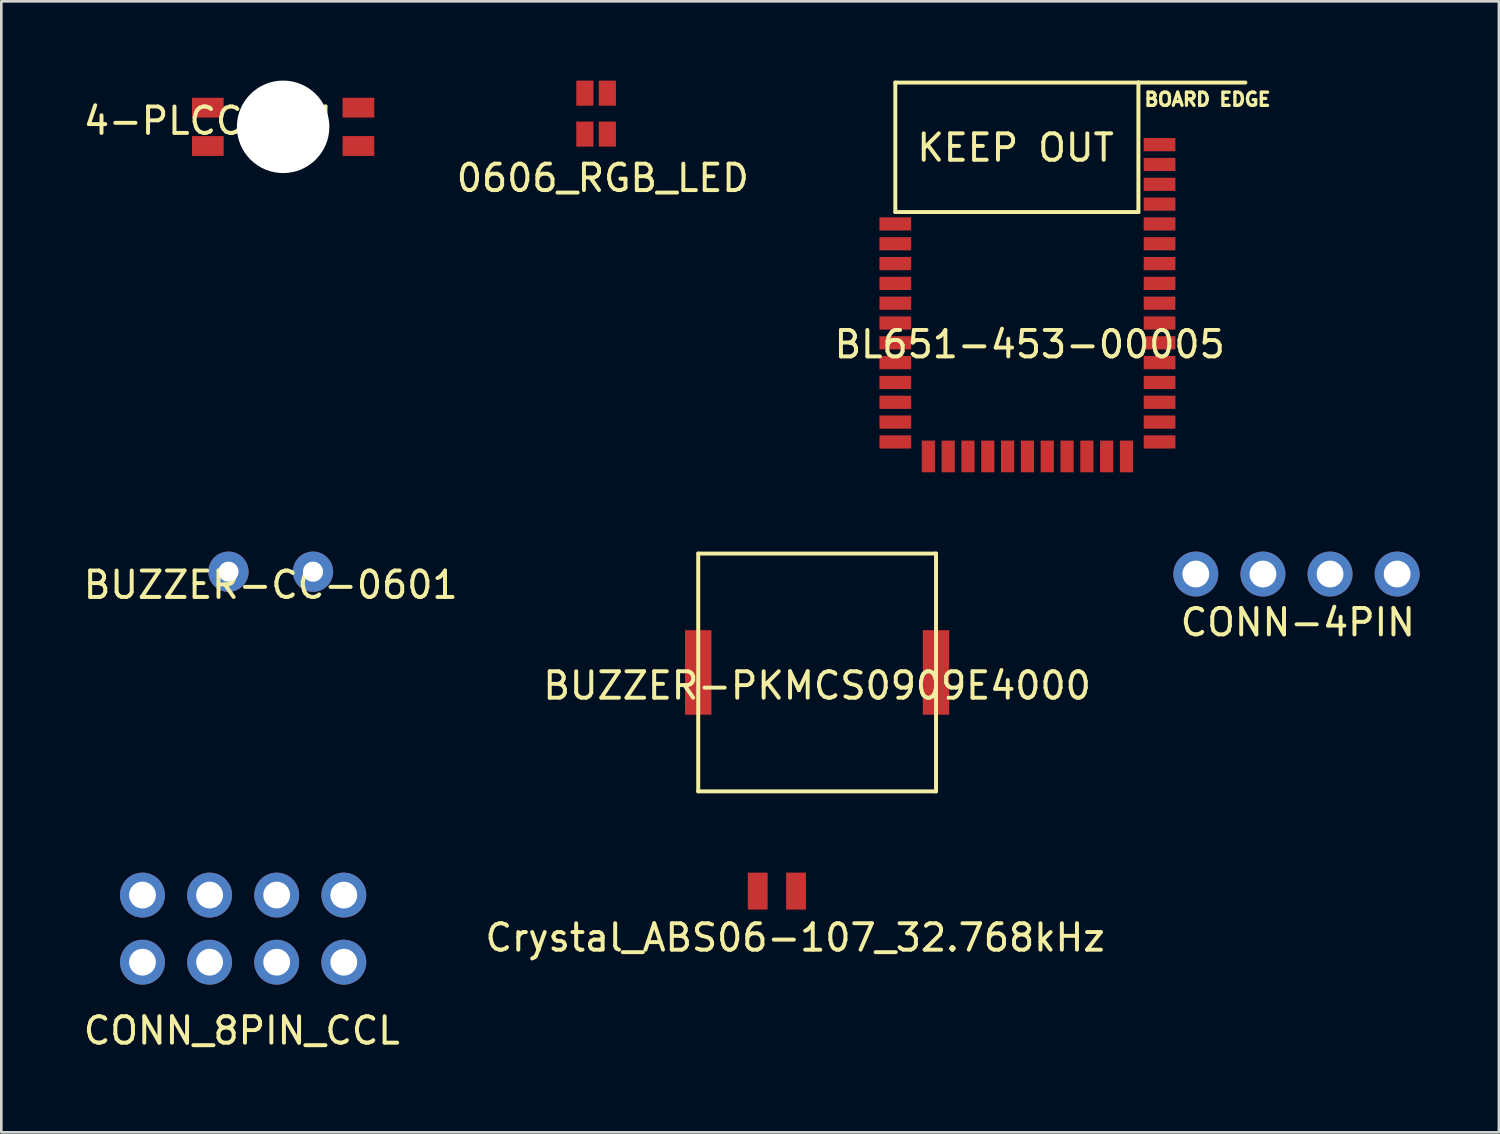
<source format=kicad_pcb>
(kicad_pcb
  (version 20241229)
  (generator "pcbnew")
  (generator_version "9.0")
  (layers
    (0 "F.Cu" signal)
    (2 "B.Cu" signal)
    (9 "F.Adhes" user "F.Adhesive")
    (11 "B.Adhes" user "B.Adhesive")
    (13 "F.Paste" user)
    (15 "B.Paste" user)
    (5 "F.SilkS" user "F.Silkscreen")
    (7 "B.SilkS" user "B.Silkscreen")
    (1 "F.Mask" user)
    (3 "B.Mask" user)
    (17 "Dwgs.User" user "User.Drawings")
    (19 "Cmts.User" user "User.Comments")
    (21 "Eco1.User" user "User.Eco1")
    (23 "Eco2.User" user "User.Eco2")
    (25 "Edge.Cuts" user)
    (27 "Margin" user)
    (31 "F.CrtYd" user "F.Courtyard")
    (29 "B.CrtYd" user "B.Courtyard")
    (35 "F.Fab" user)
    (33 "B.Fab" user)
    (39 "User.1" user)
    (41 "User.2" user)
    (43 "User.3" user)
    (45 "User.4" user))
  (footprint "0606_RGB_LED"
    (layer "F.Cu")
    (at 19.51 1.25)
    (property "Reference" "0606_RGB_LED" (at 0.254 2.438 0) (layer "F.SilkS") (effects (font (size 1 1) (thickness 0.15))))
    (attr through_hole)
    (pad "1" smd rect (at -0.425 -0.775) (size 0.65 0.95) (layers "F.Cu" "F.Mask" "F.Paste"))
    (pad "2" smd rect (at 0.425 -0.775) (size 0.65 0.95) (layers "F.Cu" "F.Mask" "F.Paste"))
    (pad "3" smd rect (at 0.425 0.775) (size 0.65 0.95) (layers "F.Cu" "F.Mask" "F.Paste"))
    (pad "4" smd rect (at -0.425 0.775) (size 0.65 0.95) (layers "F.Cu" "F.Mask" "F.Paste")))
  (footprint "BUZZER-PKMCS0909E4000"
    (layer "F.Cu")
    (at 27.875 22.4)
    (property "Reference" "BUZZER-PKMCS0909E4000" (at 0 0.5 0) (layer "F.SilkS") (effects (font (size 1 1) (thickness 0.15))))
    (attr through_hole)
    (fp_line (start -4.5 -4.5) (end -4.5 4.5) (stroke (width 0.15) (type solid)) (layer "F.SilkS"))
    (fp_line (start -4.5 4.5) (end 4.5 4.5) (stroke (width 0.15) (type solid)) (layer "F.SilkS"))
    (fp_line (start 4.5 -4.5) (end -4.5 -4.5) (stroke (width 0.15) (type solid)) (layer "F.SilkS"))
    (fp_line (start 4.5 4.5) (end 4.5 -4.5) (stroke (width 0.15) (type solid)) (layer "F.SilkS"))
    (pad "1" smd rect (at -4.5 0) (size 1 3.2) (layers "F.Cu" "F.Mask" "F.Paste"))
    (pad "2" smd rect (at 4.5 0) (size 1 3.2) (layers "F.Cu" "F.Mask" "F.Paste")))
  (footprint "Crystal_ABS06-107_32.768kHz"
    (layer "F.Cu")
    (at 26.352 30.675)
    (property "Reference" "Crystal_ABS06-107_32.768kHz" (at 0.69 1.761 0) (layer "F.SilkS") (effects (font (size 1 1) (thickness 0.15))))
    (attr through_hole)
    (pad "1" smd rect (at -0.725 0) (size 0.75 1.4) (layers "F.Cu" "F.Mask" "F.Paste"))
    (pad "2" smd rect (at 0.725 0) (size 0.75 1.4) (layers "F.Cu" "F.Mask" "F.Paste")))
  (footprint "CONN-4PIN"
    (layer "F.Cu")
    (at 46.017 18.675)
    (property "Reference" "CONN-4PIN" (at 0.051 1.829 0) (layer "F.SilkS") (effects (font (size 1 1) (thickness 0.15))))
    (attr through_hole)
    (pad "1" thru_hole circle (at -3.81 0) (size 1.7 1.7) (drill 1.016) (layers "*.Cu" "*.Mask"))
    (pad "2" thru_hole circle (at -1.27 0) (size 1.7 1.7) (drill 1.016) (layers "*.Cu" "*.Mask"))
    (pad "3" thru_hole circle (at 1.27 0) (size 1.7 1.7) (drill 1.016) (layers "*.Cu" "*.Mask"))
    (pad "4" thru_hole circle (at 3.81 0) (size 1.7 1.7) (drill 1.016) (layers "*.Cu" "*.Mask")))
  (footprint "BUZZER-CC-0601"
    (layer "F.Cu")
    (at 7.196 18.587)
    (property "Reference" "BUZZER-CC-0601" (at 0 0.5 0) (layer "F.SilkS") (effects (font (size 1 1) (thickness 0.15))))
    (attr through_hole)
    (pad "1" thru_hole circle (at -1.6 0) (size 1.524 1.524) (drill 0.762) (layers "*.Cu" "*.Mask"))
    (pad "2" thru_hole circle (at 1.6 0) (size 1.524 1.524) (drill 0.762) (layers "*.Cu" "*.Mask")))
  (footprint "BL651-453-00005"
    (layer "F.Cu")
    (at 32.084 14.225)
    (property "Reference" "BL651-453-00005" (at 3.835 -4.242 0) (layer "F.SilkS") (effects (font (size 1 1) (thickness 0.15))))
    (attr through_hole)
    (fp_line (start -1.25 -14.15) (end 7.95 -14.15) (stroke (width 0.15) (type solid)) (layer "F.SilkS"))
    (fp_line (start -1.25 -9.25) (end -1.25 -14.15) (stroke (width 0.15) (type solid)) (layer "F.SilkS"))
    (fp_line (start -1.25 -9.25) (end 7.95 -9.25) (stroke (width 0.15) (type solid)) (layer "F.SilkS"))
    (fp_line (start 7.95 -14.15) (end 7.95 -9.25) (stroke (width 0.15) (type solid)) (layer "F.SilkS"))
    (fp_line (start 7.95 -14.15) (end 12 -14.15) (stroke (width 0.15) (type solid)) (layer "F.SilkS"))
    (fp_text user "BOARD EDGE" (at 10.566 -13.513 0) (layer "F.SilkS") (effects (font (size 0.5 0.5) (thickness 0.125))))
    (fp_text user "KEEP OUT" (at 3.302 -11.684 0) (layer "F.SilkS") (effects (font (size 1 1) (thickness 0.15))))
    (pad "1" smd rect (at 8.75 -11.8) (size 1.2 0.5) (layers "F.Cu" "F.Mask" "F.Paste"))
    (pad "2" smd rect (at 8.75 -11.05) (size 1.2 0.5) (layers "F.Cu" "F.Mask" "F.Paste"))
    (pad "3" smd rect (at 8.75 -10.3) (size 1.2 0.5) (layers "F.Cu" "F.Mask" "F.Paste"))
    (pad "4" smd rect (at 8.75 -9.55) (size 1.2 0.5) (layers "F.Cu" "F.Mask" "F.Paste"))
    (pad "5" smd rect (at 8.75 -8.8) (size 1.2 0.5) (layers "F.Cu" "F.Mask" "F.Paste"))
    (pad "6" smd rect (at 8.75 -8.05) (size 1.2 0.5) (layers "F.Cu" "F.Mask" "F.Paste"))
    (pad "7" smd rect (at 8.75 -7.3) (size 1.2 0.5) (layers "F.Cu" "F.Mask" "F.Paste"))
    (pad "8" smd rect (at 8.75 -6.55) (size 1.2 0.5) (layers "F.Cu" "F.Mask" "F.Paste"))
    (pad "9" smd rect (at 8.75 -5.8) (size 1.2 0.5) (layers "F.Cu" "F.Mask" "F.Paste"))
    (pad "10" smd rect (at 8.75 -5.05) (size 1.2 0.5) (layers "F.Cu" "F.Mask" "F.Paste"))
    (pad "11" smd rect (at 8.75 -4.3) (size 1.2 0.5) (layers "F.Cu" "F.Mask" "F.Paste"))
    (pad "12" smd rect (at 8.75 -3.55) (size 1.2 0.5) (layers "F.Cu" "F.Mask" "F.Paste"))
    (pad "13" smd rect (at 8.75 -2.8) (size 1.2 0.5) (layers "F.Cu" "F.Mask" "F.Paste"))
    (pad "14" smd rect (at 8.75 -2.05) (size 1.2 0.5) (layers "F.Cu" "F.Mask" "F.Paste"))
    (pad "15" smd rect (at 8.75 -1.3) (size 1.2 0.5) (layers "F.Cu" "F.Mask" "F.Paste"))
    (pad "16" smd rect (at 8.75 -0.55) (size 1.2 0.5) (layers "F.Cu" "F.Mask" "F.Paste"))
    (pad "17" smd rect (at 7.5 0) (size 0.5 1.2) (layers "F.Cu" "F.Mask" "F.Paste"))
    (pad "18" smd rect (at 6.75 0) (size 0.5 1.2) (layers "F.Cu" "F.Mask" "F.Paste"))
    (pad "19" smd rect (at 6 0) (size 0.5 1.2) (layers "F.Cu" "F.Mask" "F.Paste"))
    (pad "20" smd rect (at 5.25 0) (size 0.5 1.2) (layers "F.Cu" "F.Mask" "F.Paste"))
    (pad "21" smd rect (at 4.5 0) (size 0.5 1.2) (layers "F.Cu" "F.Mask" "F.Paste"))
    (pad "22" smd rect (at 3.75 0) (size 0.5 1.2) (layers "F.Cu" "F.Mask" "F.Paste"))
    (pad "23" smd rect (at 3 0) (size 0.5 1.2) (layers "F.Cu" "F.Mask" "F.Paste"))
    (pad "24" smd rect (at 2.25 0) (size 0.5 1.2) (layers "F.Cu" "F.Mask" "F.Paste"))
    (pad "25" smd rect (at 1.5 0) (size 0.5 1.2) (layers "F.Cu" "F.Mask" "F.Paste"))
    (pad "26" smd rect (at 0.75 0) (size 0.5 1.2) (layers "F.Cu" "F.Mask" "F.Paste"))
    (pad "27" smd rect (at 0 0) (size 0.5 1.2) (layers "F.Cu" "F.Mask" "F.Paste"))
    (pad "28" smd rect (at -1.25 -0.55) (size 1.2 0.5) (layers "F.Cu" "F.Mask" "F.Paste"))
    (pad "29" smd rect (at -1.25 -1.3) (size 1.2 0.5) (layers "F.Cu" "F.Mask" "F.Paste"))
    (pad "30" smd rect (at -1.25 -2.05) (size 1.2 0.5) (layers "F.Cu" "F.Mask" "F.Paste"))
    (pad "31" smd rect (at -1.25 -2.8) (size 1.2 0.5) (layers "F.Cu" "F.Mask" "F.Paste"))
    (pad "32" smd rect (at -1.25 -3.55) (size 1.2 0.5) (layers "F.Cu" "F.Mask" "F.Paste"))
    (pad "33" smd rect (at -1.25 -4.3) (size 1.2 0.5) (layers "F.Cu" "F.Mask" "F.Paste"))
    (pad "34" smd rect (at -1.25 -5.05) (size 1.2 0.5) (layers "F.Cu" "F.Mask" "F.Paste"))
    (pad "35" smd rect (at -1.25 -5.8) (size 1.2 0.5) (layers "F.Cu" "F.Mask" "F.Paste"))
    (pad "36" smd rect (at -1.25 -6.55) (size 1.2 0.5) (layers "F.Cu" "F.Mask" "F.Paste"))
    (pad "37" smd rect (at -1.25 -7.3) (size 1.2 0.5) (layers "F.Cu" "F.Mask" "F.Paste"))
    (pad "38" smd rect (at -1.25 -8.05) (size 1.2 0.5) (layers "F.Cu" "F.Mask" "F.Paste"))
    (pad "39" smd rect (at -1.25 -8.8) (size 1.2 0.5) (layers "F.Cu" "F.Mask" "F.Paste")))
  (footprint "CONN_8PIN_CCL"
    (layer "F.Cu")
    (at 6.152 32.095)
    (property "Reference" "CONN_8PIN_CCL" (at -0.051 3.861 0) (layer "F.SilkS") (effects (font (size 1 1) (thickness 0.15))))
    (attr through_hole)
    (pad "1" thru_hole circle (at -3.81 1.27) (size 1.7 1.7) (drill 1.016) (layers "*.Cu" "*.Mask"))
    (pad "2" thru_hole circle (at -1.27 1.27) (size 1.7 1.7) (drill 1.016) (layers "*.Cu" "*.Mask"))
    (pad "3" thru_hole circle (at 1.27 1.27) (size 1.7 1.7) (drill 1.016) (layers "*.Cu" "*.Mask"))
    (pad "4" thru_hole circle (at 3.81 1.27) (size 1.7 1.7) (drill 1.016) (layers "*.Cu" "*.Mask"))
    (pad "5" thru_hole circle (at 3.81 -1.27) (size 1.7 1.7) (drill 1.016) (layers "*.Cu" "*.Mask"))
    (pad "6" thru_hole circle (at 1.27 -1.27) (size 1.7 1.7) (drill 1.016) (layers "*.Cu" "*.Mask"))
    (pad "7" thru_hole circle (at -1.27 -1.27) (size 1.7 1.7) (drill 1.016) (layers "*.Cu" "*.Mask"))
    (pad "8" thru_hole circle (at -3.81 -1.27) (size 1.7 1.7) (drill 1.016) (layers "*.Cu" "*.Mask")))
  (footprint "4-PLCC-BM"
    (layer "F.Cu")
    (at 7.665 1.75)
    (property "Reference" "4-PLCC-BM" (at -2.85 -0.225 0) (layer "F.SilkS") (effects (font (size 1 1) (thickness 0.15))))
    (attr through_hole)
    (pad "" np_thru_hole circle (at 0 0) (size 3.5 3.5) (drill 3.5) (layers "*.Cu" "*.Mask"))
    (pad "1" smd rect (at -2.85 -0.725) (size 1.2 0.75) (layers "F.Cu" "F.Mask" "F.Paste"))
    (pad "2" smd rect (at 2.85 -0.725) (size 1.2 0.75) (layers "F.Cu" "F.Mask" "F.Paste"))
    (pad "3" smd rect (at 2.85 0.725) (size 1.2 0.75) (layers "F.Cu" "F.Mask" "F.Paste"))
    (pad "4" smd rect (at -2.85 0.725) (size 1.2 0.75) (layers "F.Cu" "F.Mask" "F.Paste")))
  (gr_rect
    (start -3 -3)
    (end 53.677 39.804)
    (stroke (width 0.1) (type default))
    (fill no)
    (layer "Edge.Cuts")))
</source>
